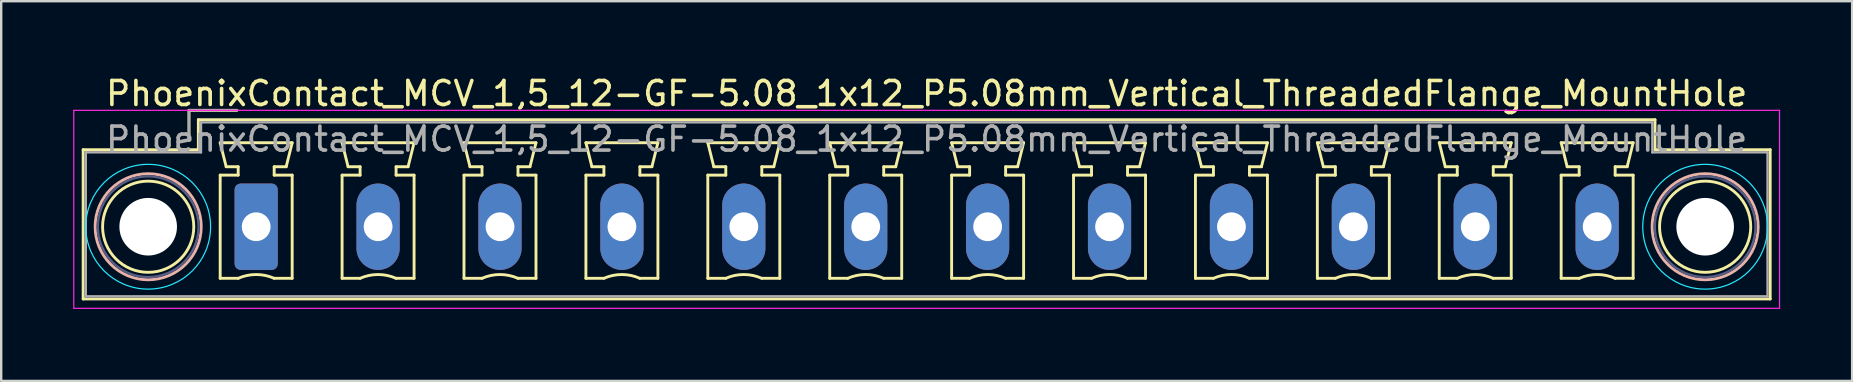
<source format=kicad_pcb>
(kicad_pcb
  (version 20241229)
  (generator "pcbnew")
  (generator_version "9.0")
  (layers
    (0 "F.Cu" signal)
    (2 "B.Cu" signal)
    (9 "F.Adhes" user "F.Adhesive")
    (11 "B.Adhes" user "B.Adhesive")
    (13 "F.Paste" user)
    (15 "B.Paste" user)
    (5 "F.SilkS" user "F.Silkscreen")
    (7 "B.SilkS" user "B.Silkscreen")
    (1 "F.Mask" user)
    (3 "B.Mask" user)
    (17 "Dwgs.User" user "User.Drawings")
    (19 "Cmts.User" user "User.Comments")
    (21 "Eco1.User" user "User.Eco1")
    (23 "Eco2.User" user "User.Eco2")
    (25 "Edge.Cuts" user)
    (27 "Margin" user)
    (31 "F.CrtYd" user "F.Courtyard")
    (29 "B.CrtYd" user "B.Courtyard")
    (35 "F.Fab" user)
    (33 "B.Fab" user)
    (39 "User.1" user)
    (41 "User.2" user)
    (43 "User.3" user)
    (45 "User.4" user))
  (footprint "PhoenixContact_MCV_1,5_12-GF-5.08_1x12_P5.08mm_Vertical_ThreadedFlange_MountHole"
    (layer "F.Cu")
    (at 7.625 6.398)
    (property "Reference" "PhoenixContact_MCV_1,5_12-GF-5.08_1x12_P5.08mm_Vertical_ThreadedFlange_MountHole" (at 27.94 -5.55 0) (layer "F.SilkS") (effects (font (size 1 1) (thickness 0.15))))
    (attr through_hole)
    (fp_line (start -7.21 -3.21) (end -7.21 3.01) (stroke (width 0.12) (type solid)) (layer "F.SilkS"))
    (fp_line (start -7.21 3.01) (end 63.09 3.01) (stroke (width 0.12) (type solid)) (layer "F.SilkS"))
    (fp_line (start -2.8 -4.85) (end -0.8 -4.85) (stroke (width 0.12) (type solid)) (layer "F.SilkS"))
    (fp_line (start -2.8 -3.6) (end -2.8 -4.85) (stroke (width 0.12) (type solid)) (layer "F.SilkS"))
    (fp_line (start -2.41 -4.46) (end -2.41 -3.21) (stroke (width 0.12) (type solid)) (layer "F.SilkS"))
    (fp_line (start -2.41 -3.21) (end -7.21 -3.21) (stroke (width 0.12) (type solid)) (layer "F.SilkS"))
    (fp_line (start -1.5 -3.5) (end 1.5 -3.5) (stroke (width 0.12) (type solid)) (layer "F.SilkS"))
    (fp_line (start -1.5 -2.15) (end -0.75 -2.15) (stroke (width 0.12) (type solid)) (layer "F.SilkS"))
    (fp_line (start -1.5 2.15) (end -1.5 -2.15) (stroke (width 0.12) (type solid)) (layer "F.SilkS"))
    (fp_line (start -1.25 -2.5) (end -1.5 -3.5) (stroke (width 0.12) (type solid)) (layer "F.SilkS"))
    (fp_line (start -0.75 -2.5) (end -1.25 -2.5) (stroke (width 0.12) (type solid)) (layer "F.SilkS"))
    (fp_line (start -0.75 -2.15) (end -0.75 -2.5) (stroke (width 0.12) (type solid)) (layer "F.SilkS"))
    (fp_line (start -0.75 2.15) (end -1.5 2.15) (stroke (width 0.12) (type solid)) (layer "F.SilkS"))
    (fp_line (start 0.75 -2.5) (end 0.75 -2.15) (stroke (width 0.12) (type solid)) (layer "F.SilkS"))
    (fp_line (start 0.75 -2.15) (end 1.5 -2.15) (stroke (width 0.12) (type solid)) (layer "F.SilkS"))
    (fp_line (start 1.25 -2.5) (end 0.75 -2.5) (stroke (width 0.12) (type solid)) (layer "F.SilkS"))
    (fp_line (start 1.5 -3.5) (end 1.25 -2.5) (stroke (width 0.12) (type solid)) (layer "F.SilkS"))
    (fp_line (start 1.5 -2.15) (end 1.5 2.15) (stroke (width 0.12) (type solid)) (layer "F.SilkS"))
    (fp_line (start 1.5 2.15) (end 0.75 2.15) (stroke (width 0.12) (type solid)) (layer "F.SilkS"))
    (fp_line (start 3.58 -3.5) (end 6.58 -3.5) (stroke (width 0.12) (type solid)) (layer "F.SilkS"))
    (fp_line (start 3.58 -2.15) (end 4.33 -2.15) (stroke (width 0.12) (type solid)) (layer "F.SilkS"))
    (fp_line (start 3.58 2.15) (end 3.58 -2.15) (stroke (width 0.12) (type solid)) (layer "F.SilkS"))
    (fp_line (start 3.83 -2.5) (end 3.58 -3.5) (stroke (width 0.12) (type solid)) (layer "F.SilkS"))
    (fp_line (start 4.33 -2.5) (end 3.83 -2.5) (stroke (width 0.12) (type solid)) (layer "F.SilkS"))
    (fp_line (start 4.33 -2.15) (end 4.33 -2.5) (stroke (width 0.12) (type solid)) (layer "F.SilkS"))
    (fp_line (start 4.33 2.15) (end 3.58 2.15) (stroke (width 0.12) (type solid)) (layer "F.SilkS"))
    (fp_line (start 5.83 -2.5) (end 5.83 -2.15) (stroke (width 0.12) (type solid)) (layer "F.SilkS"))
    (fp_line (start 5.83 -2.15) (end 6.58 -2.15) (stroke (width 0.12) (type solid)) (layer "F.SilkS"))
    (fp_line (start 6.33 -2.5) (end 5.83 -2.5) (stroke (width 0.12) (type solid)) (layer "F.SilkS"))
    (fp_line (start 6.58 -3.5) (end 6.33 -2.5) (stroke (width 0.12) (type solid)) (layer "F.SilkS"))
    (fp_line (start 6.58 -2.15) (end 6.58 2.15) (stroke (width 0.12) (type solid)) (layer "F.SilkS"))
    (fp_line (start 6.58 2.15) (end 5.83 2.15) (stroke (width 0.12) (type solid)) (layer "F.SilkS"))
    (fp_line (start 8.66 -3.5) (end 11.66 -3.5) (stroke (width 0.12) (type solid)) (layer "F.SilkS"))
    (fp_line (start 8.66 -2.15) (end 9.41 -2.15) (stroke (width 0.12) (type solid)) (layer "F.SilkS"))
    (fp_line (start 8.66 2.15) (end 8.66 -2.15) (stroke (width 0.12) (type solid)) (layer "F.SilkS"))
    (fp_line (start 8.91 -2.5) (end 8.66 -3.5) (stroke (width 0.12) (type solid)) (layer "F.SilkS"))
    (fp_line (start 9.41 -2.5) (end 8.91 -2.5) (stroke (width 0.12) (type solid)) (layer "F.SilkS"))
    (fp_line (start 9.41 -2.15) (end 9.41 -2.5) (stroke (width 0.12) (type solid)) (layer "F.SilkS"))
    (fp_line (start 9.41 2.15) (end 8.66 2.15) (stroke (width 0.12) (type solid)) (layer "F.SilkS"))
    (fp_line (start 10.91 -2.5) (end 10.91 -2.15) (stroke (width 0.12) (type solid)) (layer "F.SilkS"))
    (fp_line (start 10.91 -2.15) (end 11.66 -2.15) (stroke (width 0.12) (type solid)) (layer "F.SilkS"))
    (fp_line (start 11.41 -2.5) (end 10.91 -2.5) (stroke (width 0.12) (type solid)) (layer "F.SilkS"))
    (fp_line (start 11.66 -3.5) (end 11.41 -2.5) (stroke (width 0.12) (type solid)) (layer "F.SilkS"))
    (fp_line (start 11.66 -2.15) (end 11.66 2.15) (stroke (width 0.12) (type solid)) (layer "F.SilkS"))
    (fp_line (start 11.66 2.15) (end 10.91 2.15) (stroke (width 0.12) (type solid)) (layer "F.SilkS"))
    (fp_line (start 13.74 -3.5) (end 16.74 -3.5) (stroke (width 0.12) (type solid)) (layer "F.SilkS"))
    (fp_line (start 13.74 -2.15) (end 14.49 -2.15) (stroke (width 0.12) (type solid)) (layer "F.SilkS"))
    (fp_line (start 13.74 2.15) (end 13.74 -2.15) (stroke (width 0.12) (type solid)) (layer "F.SilkS"))
    (fp_line (start 13.99 -2.5) (end 13.74 -3.5) (stroke (width 0.12) (type solid)) (layer "F.SilkS"))
    (fp_line (start 14.49 -2.5) (end 13.99 -2.5) (stroke (width 0.12) (type solid)) (layer "F.SilkS"))
    (fp_line (start 14.49 -2.15) (end 14.49 -2.5) (stroke (width 0.12) (type solid)) (layer "F.SilkS"))
    (fp_line (start 14.49 2.15) (end 13.74 2.15) (stroke (width 0.12) (type solid)) (layer "F.SilkS"))
    (fp_line (start 15.99 -2.5) (end 15.99 -2.15) (stroke (width 0.12) (type solid)) (layer "F.SilkS"))
    (fp_line (start 15.99 -2.15) (end 16.74 -2.15) (stroke (width 0.12) (type solid)) (layer "F.SilkS"))
    (fp_line (start 16.49 -2.5) (end 15.99 -2.5) (stroke (width 0.12) (type solid)) (layer "F.SilkS"))
    (fp_line (start 16.74 -3.5) (end 16.49 -2.5) (stroke (width 0.12) (type solid)) (layer "F.SilkS"))
    (fp_line (start 16.74 -2.15) (end 16.74 2.15) (stroke (width 0.12) (type solid)) (layer "F.SilkS"))
    (fp_line (start 16.74 2.15) (end 15.99 2.15) (stroke (width 0.12) (type solid)) (layer "F.SilkS"))
    (fp_line (start 18.82 -3.5) (end 21.82 -3.5) (stroke (width 0.12) (type solid)) (layer "F.SilkS"))
    (fp_line (start 18.82 -2.15) (end 19.57 -2.15) (stroke (width 0.12) (type solid)) (layer "F.SilkS"))
    (fp_line (start 18.82 2.15) (end 18.82 -2.15) (stroke (width 0.12) (type solid)) (layer "F.SilkS"))
    (fp_line (start 19.07 -2.5) (end 18.82 -3.5) (stroke (width 0.12) (type solid)) (layer "F.SilkS"))
    (fp_line (start 19.57 -2.5) (end 19.07 -2.5) (stroke (width 0.12) (type solid)) (layer "F.SilkS"))
    (fp_line (start 19.57 -2.15) (end 19.57 -2.5) (stroke (width 0.12) (type solid)) (layer "F.SilkS"))
    (fp_line (start 19.57 2.15) (end 18.82 2.15) (stroke (width 0.12) (type solid)) (layer "F.SilkS"))
    (fp_line (start 21.07 -2.5) (end 21.07 -2.15) (stroke (width 0.12) (type solid)) (layer "F.SilkS"))
    (fp_line (start 21.07 -2.15) (end 21.82 -2.15) (stroke (width 0.12) (type solid)) (layer "F.SilkS"))
    (fp_line (start 21.57 -2.5) (end 21.07 -2.5) (stroke (width 0.12) (type solid)) (layer "F.SilkS"))
    (fp_line (start 21.82 -3.5) (end 21.57 -2.5) (stroke (width 0.12) (type solid)) (layer "F.SilkS"))
    (fp_line (start 21.82 -2.15) (end 21.82 2.15) (stroke (width 0.12) (type solid)) (layer "F.SilkS"))
    (fp_line (start 21.82 2.15) (end 21.07 2.15) (stroke (width 0.12) (type solid)) (layer "F.SilkS"))
    (fp_line (start 23.9 -3.5) (end 26.9 -3.5) (stroke (width 0.12) (type solid)) (layer "F.SilkS"))
    (fp_line (start 23.9 -2.15) (end 24.65 -2.15) (stroke (width 0.12) (type solid)) (layer "F.SilkS"))
    (fp_line (start 23.9 2.15) (end 23.9 -2.15) (stroke (width 0.12) (type solid)) (layer "F.SilkS"))
    (fp_line (start 24.15 -2.5) (end 23.9 -3.5) (stroke (width 0.12) (type solid)) (layer "F.SilkS"))
    (fp_line (start 24.65 -2.5) (end 24.15 -2.5) (stroke (width 0.12) (type solid)) (layer "F.SilkS"))
    (fp_line (start 24.65 -2.15) (end 24.65 -2.5) (stroke (width 0.12) (type solid)) (layer "F.SilkS"))
    (fp_line (start 24.65 2.15) (end 23.9 2.15) (stroke (width 0.12) (type solid)) (layer "F.SilkS"))
    (fp_line (start 26.15 -2.5) (end 26.15 -2.15) (stroke (width 0.12) (type solid)) (layer "F.SilkS"))
    (fp_line (start 26.15 -2.15) (end 26.9 -2.15) (stroke (width 0.12) (type solid)) (layer "F.SilkS"))
    (fp_line (start 26.65 -2.5) (end 26.15 -2.5) (stroke (width 0.12) (type solid)) (layer "F.SilkS"))
    (fp_line (start 26.9 -3.5) (end 26.65 -2.5) (stroke (width 0.12) (type solid)) (layer "F.SilkS"))
    (fp_line (start 26.9 -2.15) (end 26.9 2.15) (stroke (width 0.12) (type solid)) (layer "F.SilkS"))
    (fp_line (start 26.9 2.15) (end 26.15 2.15) (stroke (width 0.12) (type solid)) (layer "F.SilkS"))
    (fp_line (start 28.98 -3.5) (end 31.98 -3.5) (stroke (width 0.12) (type solid)) (layer "F.SilkS"))
    (fp_line (start 28.98 -2.15) (end 29.73 -2.15) (stroke (width 0.12) (type solid)) (layer "F.SilkS"))
    (fp_line (start 28.98 2.15) (end 28.98 -2.15) (stroke (width 0.12) (type solid)) (layer "F.SilkS"))
    (fp_line (start 29.23 -2.5) (end 28.98 -3.5) (stroke (width 0.12) (type solid)) (layer "F.SilkS"))
    (fp_line (start 29.73 -2.5) (end 29.23 -2.5) (stroke (width 0.12) (type solid)) (layer "F.SilkS"))
    (fp_line (start 29.73 -2.15) (end 29.73 -2.5) (stroke (width 0.12) (type solid)) (layer "F.SilkS"))
    (fp_line (start 29.73 2.15) (end 28.98 2.15) (stroke (width 0.12) (type solid)) (layer "F.SilkS"))
    (fp_line (start 31.23 -2.5) (end 31.23 -2.15) (stroke (width 0.12) (type solid)) (layer "F.SilkS"))
    (fp_line (start 31.23 -2.15) (end 31.98 -2.15) (stroke (width 0.12) (type solid)) (layer "F.SilkS"))
    (fp_line (start 31.73 -2.5) (end 31.23 -2.5) (stroke (width 0.12) (type solid)) (layer "F.SilkS"))
    (fp_line (start 31.98 -3.5) (end 31.73 -2.5) (stroke (width 0.12) (type solid)) (layer "F.SilkS"))
    (fp_line (start 31.98 -2.15) (end 31.98 2.15) (stroke (width 0.12) (type solid)) (layer "F.SilkS"))
    (fp_line (start 31.98 2.15) (end 31.23 2.15) (stroke (width 0.12) (type solid)) (layer "F.SilkS"))
    (fp_line (start 34.06 -3.5) (end 37.06 -3.5) (stroke (width 0.12) (type solid)) (layer "F.SilkS"))
    (fp_line (start 34.06 -2.15) (end 34.81 -2.15) (stroke (width 0.12) (type solid)) (layer "F.SilkS"))
    (fp_line (start 34.06 2.15) (end 34.06 -2.15) (stroke (width 0.12) (type solid)) (layer "F.SilkS"))
    (fp_line (start 34.31 -2.5) (end 34.06 -3.5) (stroke (width 0.12) (type solid)) (layer "F.SilkS"))
    (fp_line (start 34.81 -2.5) (end 34.31 -2.5) (stroke (width 0.12) (type solid)) (layer "F.SilkS"))
    (fp_line (start 34.81 -2.15) (end 34.81 -2.5) (stroke (width 0.12) (type solid)) (layer "F.SilkS"))
    (fp_line (start 34.81 2.15) (end 34.06 2.15) (stroke (width 0.12) (type solid)) (layer "F.SilkS"))
    (fp_line (start 36.31 -2.5) (end 36.31 -2.15) (stroke (width 0.12) (type solid)) (layer "F.SilkS"))
    (fp_line (start 36.31 -2.15) (end 37.06 -2.15) (stroke (width 0.12) (type solid)) (layer "F.SilkS"))
    (fp_line (start 36.81 -2.5) (end 36.31 -2.5) (stroke (width 0.12) (type solid)) (layer "F.SilkS"))
    (fp_line (start 37.06 -3.5) (end 36.81 -2.5) (stroke (width 0.12) (type solid)) (layer "F.SilkS"))
    (fp_line (start 37.06 -2.15) (end 37.06 2.15) (stroke (width 0.12) (type solid)) (layer "F.SilkS"))
    (fp_line (start 37.06 2.15) (end 36.31 2.15) (stroke (width 0.12) (type solid)) (layer "F.SilkS"))
    (fp_line (start 39.14 -3.5) (end 42.14 -3.5) (stroke (width 0.12) (type solid)) (layer "F.SilkS"))
    (fp_line (start 39.14 -2.15) (end 39.89 -2.15) (stroke (width 0.12) (type solid)) (layer "F.SilkS"))
    (fp_line (start 39.14 2.15) (end 39.14 -2.15) (stroke (width 0.12) (type solid)) (layer "F.SilkS"))
    (fp_line (start 39.39 -2.5) (end 39.14 -3.5) (stroke (width 0.12) (type solid)) (layer "F.SilkS"))
    (fp_line (start 39.89 -2.5) (end 39.39 -2.5) (stroke (width 0.12) (type solid)) (layer "F.SilkS"))
    (fp_line (start 39.89 -2.15) (end 39.89 -2.5) (stroke (width 0.12) (type solid)) (layer "F.SilkS"))
    (fp_line (start 39.89 2.15) (end 39.14 2.15) (stroke (width 0.12) (type solid)) (layer "F.SilkS"))
    (fp_line (start 41.39 -2.5) (end 41.39 -2.15) (stroke (width 0.12) (type solid)) (layer "F.SilkS"))
    (fp_line (start 41.39 -2.15) (end 42.14 -2.15) (stroke (width 0.12) (type solid)) (layer "F.SilkS"))
    (fp_line (start 41.89 -2.5) (end 41.39 -2.5) (stroke (width 0.12) (type solid)) (layer "F.SilkS"))
    (fp_line (start 42.14 -3.5) (end 41.89 -2.5) (stroke (width 0.12) (type solid)) (layer "F.SilkS"))
    (fp_line (start 42.14 -2.15) (end 42.14 2.15) (stroke (width 0.12) (type solid)) (layer "F.SilkS"))
    (fp_line (start 42.14 2.15) (end 41.39 2.15) (stroke (width 0.12) (type solid)) (layer "F.SilkS"))
    (fp_line (start 44.22 -3.5) (end 47.22 -3.5) (stroke (width 0.12) (type solid)) (layer "F.SilkS"))
    (fp_line (start 44.22 -2.15) (end 44.97 -2.15) (stroke (width 0.12) (type solid)) (layer "F.SilkS"))
    (fp_line (start 44.22 2.15) (end 44.22 -2.15) (stroke (width 0.12) (type solid)) (layer "F.SilkS"))
    (fp_line (start 44.47 -2.5) (end 44.22 -3.5) (stroke (width 0.12) (type solid)) (layer "F.SilkS"))
    (fp_line (start 44.97 -2.5) (end 44.47 -2.5) (stroke (width 0.12) (type solid)) (layer "F.SilkS"))
    (fp_line (start 44.97 -2.15) (end 44.97 -2.5) (stroke (width 0.12) (type solid)) (layer "F.SilkS"))
    (fp_line (start 44.97 2.15) (end 44.22 2.15) (stroke (width 0.12) (type solid)) (layer "F.SilkS"))
    (fp_line (start 46.47 -2.5) (end 46.47 -2.15) (stroke (width 0.12) (type solid)) (layer "F.SilkS"))
    (fp_line (start 46.47 -2.15) (end 47.22 -2.15) (stroke (width 0.12) (type solid)) (layer "F.SilkS"))
    (fp_line (start 46.97 -2.5) (end 46.47 -2.5) (stroke (width 0.12) (type solid)) (layer "F.SilkS"))
    (fp_line (start 47.22 -3.5) (end 46.97 -2.5) (stroke (width 0.12) (type solid)) (layer "F.SilkS"))
    (fp_line (start 47.22 -2.15) (end 47.22 2.15) (stroke (width 0.12) (type solid)) (layer "F.SilkS"))
    (fp_line (start 47.22 2.15) (end 46.47 2.15) (stroke (width 0.12) (type solid)) (layer "F.SilkS"))
    (fp_line (start 49.3 -3.5) (end 52.3 -3.5) (stroke (width 0.12) (type solid)) (layer "F.SilkS"))
    (fp_line (start 49.3 -2.15) (end 50.05 -2.15) (stroke (width 0.12) (type solid)) (layer "F.SilkS"))
    (fp_line (start 49.3 2.15) (end 49.3 -2.15) (stroke (width 0.12) (type solid)) (layer "F.SilkS"))
    (fp_line (start 49.55 -2.5) (end 49.3 -3.5) (stroke (width 0.12) (type solid)) (layer "F.SilkS"))
    (fp_line (start 50.05 -2.5) (end 49.55 -2.5) (stroke (width 0.12) (type solid)) (layer "F.SilkS"))
    (fp_line (start 50.05 -2.15) (end 50.05 -2.5) (stroke (width 0.12) (type solid)) (layer "F.SilkS"))
    (fp_line (start 50.05 2.15) (end 49.3 2.15) (stroke (width 0.12) (type solid)) (layer "F.SilkS"))
    (fp_line (start 51.55 -2.5) (end 51.55 -2.15) (stroke (width 0.12) (type solid)) (layer "F.SilkS"))
    (fp_line (start 51.55 -2.15) (end 52.3 -2.15) (stroke (width 0.12) (type solid)) (layer "F.SilkS"))
    (fp_line (start 52.05 -2.5) (end 51.55 -2.5) (stroke (width 0.12) (type solid)) (layer "F.SilkS"))
    (fp_line (start 52.3 -3.5) (end 52.05 -2.5) (stroke (width 0.12) (type solid)) (layer "F.SilkS"))
    (fp_line (start 52.3 -2.15) (end 52.3 2.15) (stroke (width 0.12) (type solid)) (layer "F.SilkS"))
    (fp_line (start 52.3 2.15) (end 51.55 2.15) (stroke (width 0.12) (type solid)) (layer "F.SilkS"))
    (fp_line (start 54.38 -3.5) (end 57.38 -3.5) (stroke (width 0.12) (type solid)) (layer "F.SilkS"))
    (fp_line (start 54.38 -2.15) (end 55.13 -2.15) (stroke (width 0.12) (type solid)) (layer "F.SilkS"))
    (fp_line (start 54.38 2.15) (end 54.38 -2.15) (stroke (width 0.12) (type solid)) (layer "F.SilkS"))
    (fp_line (start 54.63 -2.5) (end 54.38 -3.5) (stroke (width 0.12) (type solid)) (layer "F.SilkS"))
    (fp_line (start 55.13 -2.5) (end 54.63 -2.5) (stroke (width 0.12) (type solid)) (layer "F.SilkS"))
    (fp_line (start 55.13 -2.15) (end 55.13 -2.5) (stroke (width 0.12) (type solid)) (layer "F.SilkS"))
    (fp_line (start 55.13 2.15) (end 54.38 2.15) (stroke (width 0.12) (type solid)) (layer "F.SilkS"))
    (fp_line (start 56.63 -2.5) (end 56.63 -2.15) (stroke (width 0.12) (type solid)) (layer "F.SilkS"))
    (fp_line (start 56.63 -2.15) (end 57.38 -2.15) (stroke (width 0.12) (type solid)) (layer "F.SilkS"))
    (fp_line (start 57.13 -2.5) (end 56.63 -2.5) (stroke (width 0.12) (type solid)) (layer "F.SilkS"))
    (fp_line (start 57.38 -3.5) (end 57.13 -2.5) (stroke (width 0.12) (type solid)) (layer "F.SilkS"))
    (fp_line (start 57.38 -2.15) (end 57.38 2.15) (stroke (width 0.12) (type solid)) (layer "F.SilkS"))
    (fp_line (start 57.38 2.15) (end 56.63 2.15) (stroke (width 0.12) (type solid)) (layer "F.SilkS"))
    (fp_line (start 58.29 -4.46) (end -2.41 -4.46) (stroke (width 0.12) (type solid)) (layer "F.SilkS"))
    (fp_line (start 58.29 -3.21) (end 58.29 -4.46) (stroke (width 0.12) (type solid)) (layer "F.SilkS"))
    (fp_line (start 63.09 -3.21) (end 58.29 -3.21) (stroke (width 0.12) (type solid)) (layer "F.SilkS"))
    (fp_line (start 63.09 3.01) (end 63.09 -3.21) (stroke (width 0.12) (type solid)) (layer "F.SilkS"))
    (fp_arc (start -0.75 2.15) (mid -0.000193 1.99191) (end 0.749647 2.149844) (stroke (width 0.12) (type solid)) (layer "F.SilkS"))
    (fp_arc (start 4.33 2.15) (mid 5.079807 1.99191) (end 5.829647 2.149844) (stroke (width 0.12) (type solid)) (layer "F.SilkS"))
    (fp_arc (start 9.41 2.15) (mid 10.159807 1.99191) (end 10.909647 2.149844) (stroke (width 0.12) (type solid)) (layer "F.SilkS"))
    (fp_arc (start 14.49 2.15) (mid 15.239807 1.99191) (end 15.989647 2.149844) (stroke (width 0.12) (type solid)) (layer "F.SilkS"))
    (fp_arc (start 19.57 2.15) (mid 20.319807 1.99191) (end 21.069647 2.149844) (stroke (width 0.12) (type solid)) (layer "F.SilkS"))
    (fp_arc (start 24.65 2.15) (mid 25.399807 1.99191) (end 26.149647 2.149844) (stroke (width 0.12) (type solid)) (layer "F.SilkS"))
    (fp_arc (start 29.73 2.15) (mid 30.479807 1.99191) (end 31.229647 2.149844) (stroke (width 0.12) (type solid)) (layer "F.SilkS"))
    (fp_arc (start 34.81 2.15) (mid 35.559807 1.99191) (end 36.309647 2.149844) (stroke (width 0.12) (type solid)) (layer "F.SilkS"))
    (fp_arc (start 39.89 2.15) (mid 40.639807 1.99191) (end 41.389647 2.149844) (stroke (width 0.12) (type solid)) (layer "F.SilkS"))
    (fp_arc (start 44.97 2.15) (mid 45.719807 1.99191) (end 46.469647 2.149844) (stroke (width 0.12) (type solid)) (layer "F.SilkS"))
    (fp_arc (start 50.05 2.15) (mid 50.799807 1.99191) (end 51.549647 2.149844) (stroke (width 0.12) (type solid)) (layer "F.SilkS"))
    (fp_arc (start 55.13 2.15) (mid 55.879807 1.99191) (end 56.629647 2.149844) (stroke (width 0.12) (type solid)) (layer "F.SilkS"))
    (fp_circle (center -4.5 0) (end -2.6 0) (stroke (width 0.12) (type solid)) (fill no) (layer "F.SilkS"))
    (fp_circle (center 60.38 0) (end 62.28 0) (stroke (width 0.12) (type solid)) (fill no) (layer "F.SilkS"))
    (fp_circle (center -4.5 0) (end -2.29 0) (stroke (width 0.12) (type solid)) (fill no) (layer "B.SilkS"))
    (fp_circle (center 60.38 0) (end 62.59 0) (stroke (width 0.12) (type solid)) (fill no) (layer "B.SilkS"))
    (fp_circle (center -4.5 0) (end -1.9 0) (stroke (width 0.05) (type solid)) (fill no) (layer "B.CrtYd"))
    (fp_circle (center 60.38 0) (end 62.98 0) (stroke (width 0.05) (type solid)) (fill no) (layer "B.CrtYd"))
    (fp_line (start -7.6 -4.85) (end -7.6 3.4) (stroke (width 0.05) (type solid)) (layer "F.CrtYd"))
    (fp_line (start -7.6 3.4) (end 63.48 3.4) (stroke (width 0.05) (type solid)) (layer "F.CrtYd"))
    (fp_line (start 63.48 -4.85) (end -7.6 -4.85) (stroke (width 0.05) (type solid)) (layer "F.CrtYd"))
    (fp_line (start 63.48 3.4) (end 63.48 -4.85) (stroke (width 0.05) (type solid)) (layer "F.CrtYd"))
    (fp_circle (center -4.5 0) (end -2.4 0) (stroke (width 0.1) (type solid)) (fill no) (layer "B.Fab"))
    (fp_circle (center 60.38 0) (end 62.48 0) (stroke (width 0.1) (type solid)) (fill no) (layer "B.Fab"))
    (fp_line (start -7.1 -3.1) (end -7.1 2.9) (stroke (width 0.1) (type solid)) (layer "F.Fab"))
    (fp_line (start -7.1 2.9) (end 62.98 2.9) (stroke (width 0.1) (type solid)) (layer "F.Fab"))
    (fp_line (start -2.8 -4.85) (end -0.8 -4.85) (stroke (width 0.1) (type solid)) (layer "F.Fab"))
    (fp_line (start -2.8 -3.6) (end -2.8 -4.85) (stroke (width 0.1) (type solid)) (layer "F.Fab"))
    (fp_line (start -2.3 -4.35) (end -2.3 -3.1) (stroke (width 0.1) (type solid)) (layer "F.Fab"))
    (fp_line (start -2.3 -3.1) (end -7.1 -3.1) (stroke (width 0.1) (type solid)) (layer "F.Fab"))
    (fp_line (start 58.18 -4.35) (end -2.3 -4.35) (stroke (width 0.1) (type solid)) (layer "F.Fab"))
    (fp_line (start 58.18 -3.1) (end 58.18 -4.35) (stroke (width 0.1) (type solid)) (layer "F.Fab"))
    (fp_line (start 62.98 -3.1) (end 58.18 -3.1) (stroke (width 0.1) (type solid)) (layer "F.Fab"))
    (fp_line (start 62.98 2.9) (end 62.98 -3.1) (stroke (width 0.1) (type solid)) (layer "F.Fab"))
    (fp_text user "${REFERENCE}" (at 27.94 -3.65 0) (layer "F.Fab") (effects (font (size 1 1) (thickness 0.15))))
    (pad "" np_thru_hole circle (at -4.5 0) (size 2.4 2.4) (drill 2.4) (layers "*.Cu" "*.Mask"))
    (pad "" np_thru_hole circle (at 60.38 0) (size 2.4 2.4) (drill 2.4) (layers "*.Cu" "*.Mask"))
    (pad "1" thru_hole roundrect (at 0 0) (size 1.8 3.6) (drill 1.2) (layers "*.Cu" "*.Mask") (roundrect_rratio 0.139))
    (pad "2" thru_hole oval (at 5.08 0) (size 1.8 3.6) (drill 1.2) (layers "*.Cu" "*.Mask"))
    (pad "3" thru_hole oval (at 10.16 0) (size 1.8 3.6) (drill 1.2) (layers "*.Cu" "*.Mask"))
    (pad "4" thru_hole oval (at 15.24 0) (size 1.8 3.6) (drill 1.2) (layers "*.Cu" "*.Mask"))
    (pad "5" thru_hole oval (at 20.32 0) (size 1.8 3.6) (drill 1.2) (layers "*.Cu" "*.Mask"))
    (pad "6" thru_hole oval (at 25.4 0) (size 1.8 3.6) (drill 1.2) (layers "*.Cu" "*.Mask"))
    (pad "7" thru_hole oval (at 30.48 0) (size 1.8 3.6) (drill 1.2) (layers "*.Cu" "*.Mask"))
    (pad "8" thru_hole oval (at 35.56 0) (size 1.8 3.6) (drill 1.2) (layers "*.Cu" "*.Mask"))
    (pad "9" thru_hole oval (at 40.64 0) (size 1.8 3.6) (drill 1.2) (layers "*.Cu" "*.Mask"))
    (pad "10" thru_hole oval (at 45.72 0) (size 1.8 3.6) (drill 1.2) (layers "*.Cu" "*.Mask"))
    (pad "11" thru_hole oval (at 50.8 0) (size 1.8 3.6) (drill 1.2) (layers "*.Cu" "*.Mask"))
    (pad "12" thru_hole oval (at 55.88 0) (size 1.8 3.6) (drill 1.2) (layers "*.Cu" "*.Mask")))
  (gr_rect
    (start -3 -3)
    (end 74.13 12.823)
    (stroke (width 0.1) (type default))
    (fill no)
    (layer "Edge.Cuts")))
</source>
